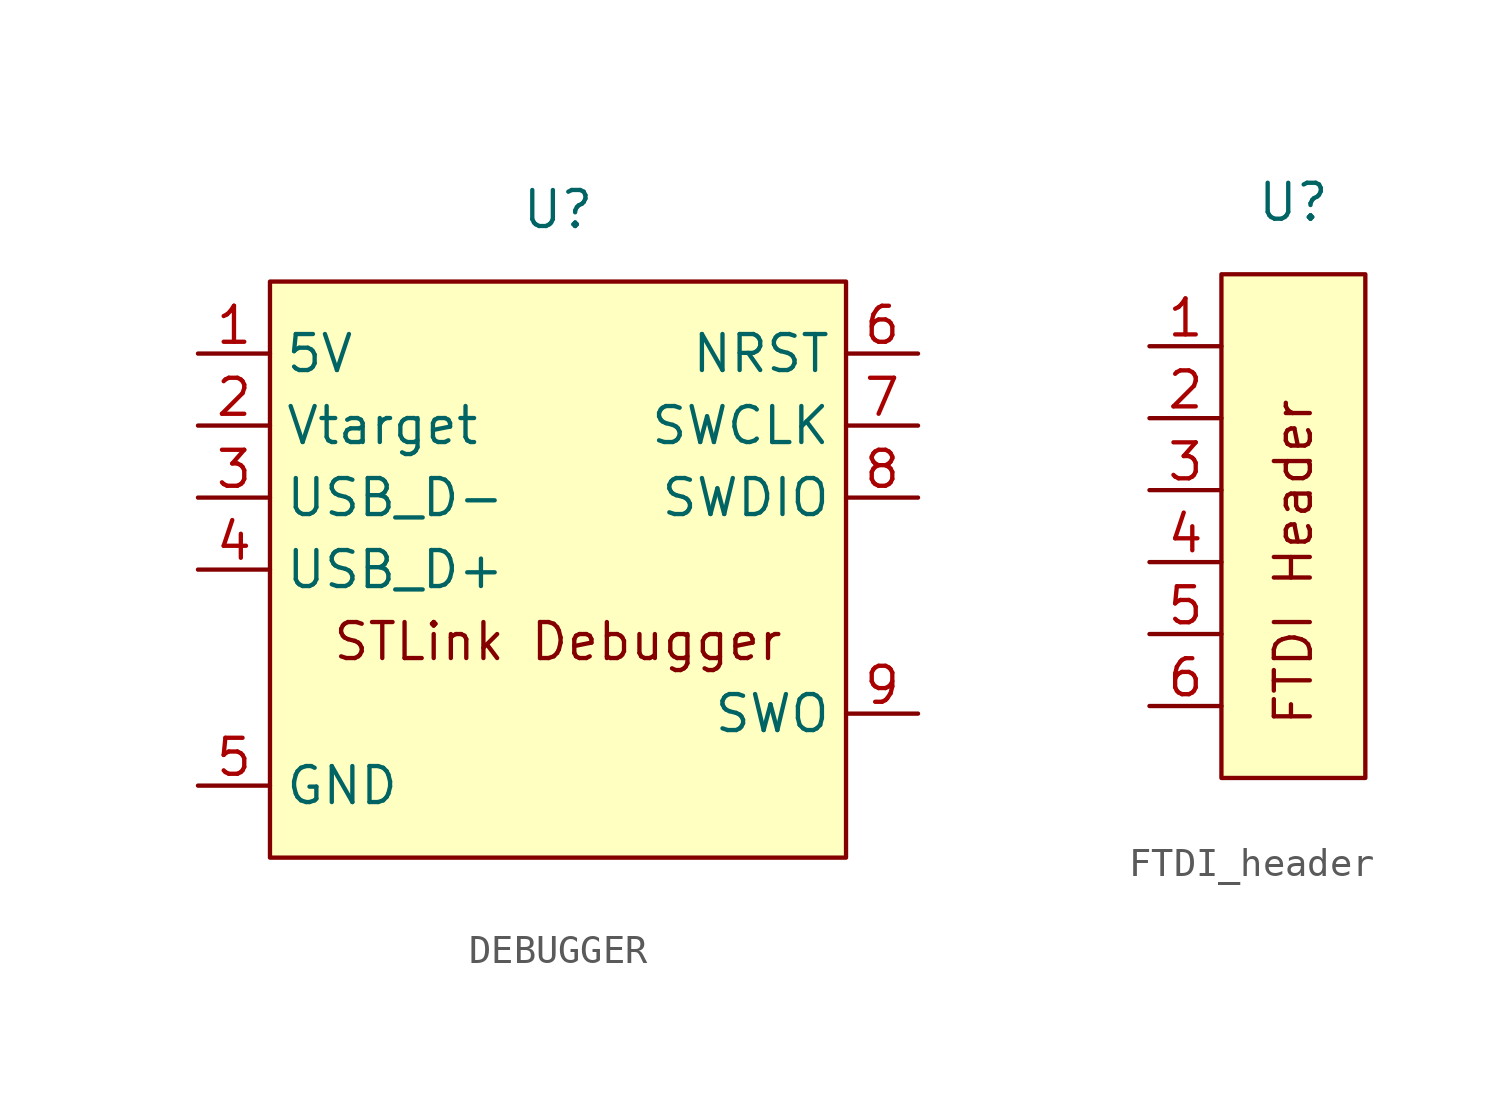
<source format=kicad_sym>
(kicad_symbol_lib
  (version 20220914)
  (generator kicad_symbol_editor)
  (symbol "DEBUGGER"
    (property "Reference" "U"
      (at 0 0 0)
      (effects (font (size 1.27 1.27))))
    (property "Value" ""
      (at 0 0 0)
      (effects (font (size 1.27 1.27))))
    (symbol "DEBUGGER_0_1"
      (rectangle (start -10.16 -2.54) (end 10.16 -22.86) (stroke (width 0) (type default)) (fill (type background)))
      (text "STLink Debugger" (at 0 -15.24 0) (effects (font (size 1.27 1.27)))))
    (symbol "DEBUGGER_1_1"
      (pin input line (at -12.7 -5.08 0) (length 2.54) (name "5V" (effects (font (size 1.27 1.27)))) (number "1" (effects (font (size 1.27 1.27)))))
      (pin input line (at -12.7 -7.62 0) (length 2.54) (name "Vtarget" (effects (font (size 1.27 1.27)))) (number "2" (effects (font (size 1.27 1.27)))))
      (pin input line (at -12.7 -10.16 0) (length 2.54) (name "USB_D-" (effects (font (size 1.27 1.27)))) (number "3" (effects (font (size 1.27 1.27)))))
      (pin input line (at -12.7 -12.7 0) (length 2.54) (name "USB_D+" (effects (font (size 1.27 1.27)))) (number "4" (effects (font (size 1.27 1.27)))))
      (pin input line (at -12.7 -20.32 0) (length 2.54) (name "GND" (effects (font (size 1.27 1.27)))) (number "5" (effects (font (size 1.27 1.27)))))
      (pin output line (at 12.7 -5.08 180) (length 2.54) (name "NRST" (effects (font (size 1.27 1.27)))) (number "6" (effects (font (size 1.27 1.27)))))
      (pin output line (at 12.7 -7.62 180) (length 2.54) (name "SWCLK" (effects (font (size 1.27 1.27)))) (number "7" (effects (font (size 1.27 1.27)))))
      (pin output line (at 12.7 -10.16 180) (length 2.54) (name "SWDIO" (effects (font (size 1.27 1.27)))) (number "8" (effects (font (size 1.27 1.27)))))
      (pin output line (at 12.7 -17.78 180) (length 2.54) (name "SWO" (effects (font (size 1.27 1.27)))) (number "9" (effects (font (size 1.27 1.27)))))))
  (symbol "FTDI_header"
    (property "Reference" "U"
      (at 0 0 0)
      (effects (font (size 1.27 1.27))))
    (property "Value" ""
      (at 0 0 0)
      (effects (font (size 1.27 1.27))))
    (symbol "FTDI_header_0_1"
      (rectangle (start -2.54 -2.54) (end 2.54 -20.32) (stroke (width 0) (type default)) (fill (type background)))
      (text "FTDI Header\n" (at 0 -12.7 900) (effects (font (size 1.27 1.27)))))
    (symbol "FTDI_header_1_1"
      (pin input line (at -5.08 -5.08 0) (length 2.54) (name "" (effects (font (size 1.27 1.27)))) (number "1" (effects (font (size 1.27 1.27)))))
      (pin input line (at -5.08 -7.62 0) (length 2.54) (name "" (effects (font (size 1.27 1.27)))) (number "2" (effects (font (size 1.27 1.27)))))
      (pin input line (at -5.08 -10.16 0) (length 2.54) (name "" (effects (font (size 1.27 1.27)))) (number "3" (effects (font (size 1.27 1.27)))))
      (pin input line (at -5.08 -12.7 0) (length 2.54) (name "" (effects (font (size 1.27 1.27)))) (number "4" (effects (font (size 1.27 1.27)))))
      (pin input line (at -5.08 -15.24 0) (length 2.54) (name "" (effects (font (size 1.27 1.27)))) (number "5" (effects (font (size 1.27 1.27)))))
      (pin input line (at -5.08 -17.78 0) (length 2.54) (name "" (effects (font (size 1.27 1.27)))) (number "6" (effects (font (size 1.27 1.27))))))))
</source>
